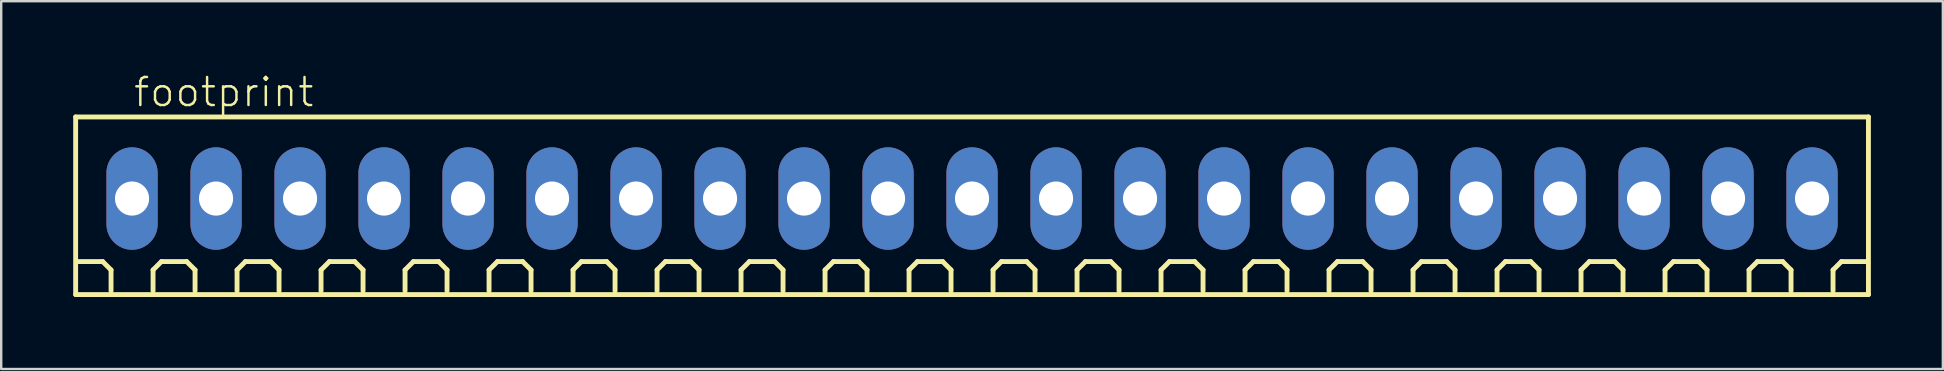
<source format=kicad_pcb>
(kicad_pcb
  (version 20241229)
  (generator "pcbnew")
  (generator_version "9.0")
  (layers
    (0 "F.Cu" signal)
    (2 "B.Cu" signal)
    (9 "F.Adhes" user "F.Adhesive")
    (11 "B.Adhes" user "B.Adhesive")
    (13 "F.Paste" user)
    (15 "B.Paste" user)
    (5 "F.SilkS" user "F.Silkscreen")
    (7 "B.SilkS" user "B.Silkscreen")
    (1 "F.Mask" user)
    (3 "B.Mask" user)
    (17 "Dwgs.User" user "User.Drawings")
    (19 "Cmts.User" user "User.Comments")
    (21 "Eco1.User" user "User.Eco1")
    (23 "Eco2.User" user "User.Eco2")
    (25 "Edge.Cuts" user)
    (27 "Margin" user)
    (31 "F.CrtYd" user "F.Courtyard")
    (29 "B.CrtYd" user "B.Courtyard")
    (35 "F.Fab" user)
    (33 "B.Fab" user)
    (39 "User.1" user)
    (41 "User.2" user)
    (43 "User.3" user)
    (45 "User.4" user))
  (footprint "footprint"
    (layer "F.Cu")
    (at 37.452 5.223)
    (property "Reference" "footprint" (at -35 -3.75 0) (layer "F.SilkS") (effects (font (size 1.168 1.168) (thickness 0.102)) (justify left bottom)))
    (fp_line (start -37.35 -3.4) (end 37.35 -3.4) (stroke (width 0.203) (type solid)) (layer "F.SilkS"))
    (fp_line (start -37.35 4) (end -37.35 -3.4) (stroke (width 0.203) (type solid)) (layer "F.SilkS"))
    (fp_line (start -36.225 2.625) (end -37.275 2.625) (stroke (width 0.203) (type solid)) (layer "F.SilkS"))
    (fp_line (start -35.875 2.975) (end -36.225 2.625) (stroke (width 0.203) (type solid)) (layer "F.SilkS"))
    (fp_line (start -35.875 3.85) (end -35.875 2.975) (stroke (width 0.203) (type solid)) (layer "F.SilkS"))
    (fp_line (start -34.125 2.975) (end -33.775 2.625) (stroke (width 0.203) (type solid)) (layer "F.SilkS"))
    (fp_line (start -34.125 3.85) (end -34.125 2.975) (stroke (width 0.203) (type solid)) (layer "F.SilkS"))
    (fp_line (start -33.775 2.625) (end -32.725 2.625) (stroke (width 0.203) (type solid)) (layer "F.SilkS"))
    (fp_line (start -32.725 2.625) (end -32.375 2.975) (stroke (width 0.203) (type solid)) (layer "F.SilkS"))
    (fp_line (start -32.375 2.975) (end -32.375 3.85) (stroke (width 0.203) (type solid)) (layer "F.SilkS"))
    (fp_line (start -30.625 2.975) (end -30.275 2.625) (stroke (width 0.203) (type solid)) (layer "F.SilkS"))
    (fp_line (start -30.625 3.85) (end -30.625 2.975) (stroke (width 0.203) (type solid)) (layer "F.SilkS"))
    (fp_line (start -30.275 2.625) (end -29.225 2.625) (stroke (width 0.203) (type solid)) (layer "F.SilkS"))
    (fp_line (start -29.225 2.625) (end -28.875 2.975) (stroke (width 0.203) (type solid)) (layer "F.SilkS"))
    (fp_line (start -28.875 2.975) (end -28.875 3.85) (stroke (width 0.203) (type solid)) (layer "F.SilkS"))
    (fp_line (start -27.125 2.975) (end -26.775 2.625) (stroke (width 0.203) (type solid)) (layer "F.SilkS"))
    (fp_line (start -27.125 3.85) (end -27.125 2.975) (stroke (width 0.203) (type solid)) (layer "F.SilkS"))
    (fp_line (start -26.775 2.625) (end -25.725 2.625) (stroke (width 0.203) (type solid)) (layer "F.SilkS"))
    (fp_line (start -25.725 2.625) (end -25.375 2.975) (stroke (width 0.203) (type solid)) (layer "F.SilkS"))
    (fp_line (start -25.375 2.975) (end -25.375 3.85) (stroke (width 0.203) (type solid)) (layer "F.SilkS"))
    (fp_line (start -23.625 2.975) (end -23.275 2.625) (stroke (width 0.203) (type solid)) (layer "F.SilkS"))
    (fp_line (start -23.625 3.85) (end -23.625 2.975) (stroke (width 0.203) (type solid)) (layer "F.SilkS"))
    (fp_line (start -23.275 2.625) (end -22.225 2.625) (stroke (width 0.203) (type solid)) (layer "F.SilkS"))
    (fp_line (start -22.225 2.625) (end -21.875 2.975) (stroke (width 0.203) (type solid)) (layer "F.SilkS"))
    (fp_line (start -21.875 2.975) (end -21.875 3.85) (stroke (width 0.203) (type solid)) (layer "F.SilkS"))
    (fp_line (start -20.125 2.975) (end -19.775 2.625) (stroke (width 0.203) (type solid)) (layer "F.SilkS"))
    (fp_line (start -20.125 3.85) (end -20.125 2.975) (stroke (width 0.203) (type solid)) (layer "F.SilkS"))
    (fp_line (start -19.775 2.625) (end -18.725 2.625) (stroke (width 0.203) (type solid)) (layer "F.SilkS"))
    (fp_line (start -18.725 2.625) (end -18.375 2.975) (stroke (width 0.203) (type solid)) (layer "F.SilkS"))
    (fp_line (start -18.375 2.975) (end -18.375 3.85) (stroke (width 0.203) (type solid)) (layer "F.SilkS"))
    (fp_line (start -16.625 2.975) (end -16.275 2.625) (stroke (width 0.203) (type solid)) (layer "F.SilkS"))
    (fp_line (start -16.625 3.85) (end -16.625 2.975) (stroke (width 0.203) (type solid)) (layer "F.SilkS"))
    (fp_line (start -16.275 2.625) (end -15.225 2.625) (stroke (width 0.203) (type solid)) (layer "F.SilkS"))
    (fp_line (start -15.225 2.625) (end -14.875 2.975) (stroke (width 0.203) (type solid)) (layer "F.SilkS"))
    (fp_line (start -14.875 2.975) (end -14.875 3.85) (stroke (width 0.203) (type solid)) (layer "F.SilkS"))
    (fp_line (start -13.125 2.975) (end -12.775 2.625) (stroke (width 0.203) (type solid)) (layer "F.SilkS"))
    (fp_line (start -13.125 3.85) (end -13.125 2.975) (stroke (width 0.203) (type solid)) (layer "F.SilkS"))
    (fp_line (start -12.775 2.625) (end -11.725 2.625) (stroke (width 0.203) (type solid)) (layer "F.SilkS"))
    (fp_line (start -11.725 2.625) (end -11.375 2.975) (stroke (width 0.203) (type solid)) (layer "F.SilkS"))
    (fp_line (start -11.375 2.975) (end -11.375 3.85) (stroke (width 0.203) (type solid)) (layer "F.SilkS"))
    (fp_line (start -9.625 2.975) (end -9.275 2.625) (stroke (width 0.203) (type solid)) (layer "F.SilkS"))
    (fp_line (start -9.625 3.85) (end -9.625 2.975) (stroke (width 0.203) (type solid)) (layer "F.SilkS"))
    (fp_line (start -9.275 2.625) (end -8.225 2.625) (stroke (width 0.203) (type solid)) (layer "F.SilkS"))
    (fp_line (start -8.225 2.625) (end -7.875 2.975) (stroke (width 0.203) (type solid)) (layer "F.SilkS"))
    (fp_line (start -7.875 2.975) (end -7.875 3.85) (stroke (width 0.203) (type solid)) (layer "F.SilkS"))
    (fp_line (start -6.125 2.975) (end -5.775 2.625) (stroke (width 0.203) (type solid)) (layer "F.SilkS"))
    (fp_line (start -6.125 3.85) (end -6.125 2.975) (stroke (width 0.203) (type solid)) (layer "F.SilkS"))
    (fp_line (start -5.775 2.625) (end -4.725 2.625) (stroke (width 0.203) (type solid)) (layer "F.SilkS"))
    (fp_line (start -4.725 2.625) (end -4.375 2.975) (stroke (width 0.203) (type solid)) (layer "F.SilkS"))
    (fp_line (start -4.375 2.975) (end -4.375 3.85) (stroke (width 0.203) (type solid)) (layer "F.SilkS"))
    (fp_line (start -2.625 2.975) (end -2.275 2.625) (stroke (width 0.203) (type solid)) (layer "F.SilkS"))
    (fp_line (start -2.625 3.85) (end -2.625 2.975) (stroke (width 0.203) (type solid)) (layer "F.SilkS"))
    (fp_line (start -2.275 2.625) (end -1.225 2.625) (stroke (width 0.203) (type solid)) (layer "F.SilkS"))
    (fp_line (start -1.225 2.625) (end -0.875 2.975) (stroke (width 0.203) (type solid)) (layer "F.SilkS"))
    (fp_line (start -0.875 2.975) (end -0.875 3.85) (stroke (width 0.203) (type solid)) (layer "F.SilkS"))
    (fp_line (start 0.875 2.975) (end 1.225 2.625) (stroke (width 0.203) (type solid)) (layer "F.SilkS"))
    (fp_line (start 0.875 3.85) (end 0.875 2.975) (stroke (width 0.203) (type solid)) (layer "F.SilkS"))
    (fp_line (start 1.225 2.625) (end 2.275 2.625) (stroke (width 0.203) (type solid)) (layer "F.SilkS"))
    (fp_line (start 2.275 2.625) (end 2.625 2.975) (stroke (width 0.203) (type solid)) (layer "F.SilkS"))
    (fp_line (start 2.625 2.975) (end 2.625 3.85) (stroke (width 0.203) (type solid)) (layer "F.SilkS"))
    (fp_line (start 4.375 2.975) (end 4.725 2.625) (stroke (width 0.203) (type solid)) (layer "F.SilkS"))
    (fp_line (start 4.375 3.85) (end 4.375 2.975) (stroke (width 0.203) (type solid)) (layer "F.SilkS"))
    (fp_line (start 4.725 2.625) (end 5.775 2.625) (stroke (width 0.203) (type solid)) (layer "F.SilkS"))
    (fp_line (start 5.775 2.625) (end 6.125 2.975) (stroke (width 0.203) (type solid)) (layer "F.SilkS"))
    (fp_line (start 6.125 2.975) (end 6.125 3.85) (stroke (width 0.203) (type solid)) (layer "F.SilkS"))
    (fp_line (start 7.875 2.975) (end 8.225 2.625) (stroke (width 0.203) (type solid)) (layer "F.SilkS"))
    (fp_line (start 7.875 3.85) (end 7.875 2.975) (stroke (width 0.203) (type solid)) (layer "F.SilkS"))
    (fp_line (start 8.225 2.625) (end 9.275 2.625) (stroke (width 0.203) (type solid)) (layer "F.SilkS"))
    (fp_line (start 9.275 2.625) (end 9.625 2.975) (stroke (width 0.203) (type solid)) (layer "F.SilkS"))
    (fp_line (start 9.625 2.975) (end 9.625 3.85) (stroke (width 0.203) (type solid)) (layer "F.SilkS"))
    (fp_line (start 11.375 2.975) (end 11.725 2.625) (stroke (width 0.203) (type solid)) (layer "F.SilkS"))
    (fp_line (start 11.375 3.85) (end 11.375 2.975) (stroke (width 0.203) (type solid)) (layer "F.SilkS"))
    (fp_line (start 11.725 2.625) (end 12.775 2.625) (stroke (width 0.203) (type solid)) (layer "F.SilkS"))
    (fp_line (start 12.775 2.625) (end 13.125 2.975) (stroke (width 0.203) (type solid)) (layer "F.SilkS"))
    (fp_line (start 13.125 2.975) (end 13.125 3.85) (stroke (width 0.203) (type solid)) (layer "F.SilkS"))
    (fp_line (start 14.875 2.975) (end 15.225 2.625) (stroke (width 0.203) (type solid)) (layer "F.SilkS"))
    (fp_line (start 14.875 3.85) (end 14.875 2.975) (stroke (width 0.203) (type solid)) (layer "F.SilkS"))
    (fp_line (start 15.225 2.625) (end 16.275 2.625) (stroke (width 0.203) (type solid)) (layer "F.SilkS"))
    (fp_line (start 16.275 2.625) (end 16.625 2.975) (stroke (width 0.203) (type solid)) (layer "F.SilkS"))
    (fp_line (start 16.625 2.975) (end 16.625 3.85) (stroke (width 0.203) (type solid)) (layer "F.SilkS"))
    (fp_line (start 18.375 2.975) (end 18.725 2.625) (stroke (width 0.203) (type solid)) (layer "F.SilkS"))
    (fp_line (start 18.375 3.85) (end 18.375 2.975) (stroke (width 0.203) (type solid)) (layer "F.SilkS"))
    (fp_line (start 18.725 2.625) (end 19.775 2.625) (stroke (width 0.203) (type solid)) (layer "F.SilkS"))
    (fp_line (start 19.775 2.625) (end 20.125 2.975) (stroke (width 0.203) (type solid)) (layer "F.SilkS"))
    (fp_line (start 20.125 2.975) (end 20.125 3.85) (stroke (width 0.203) (type solid)) (layer "F.SilkS"))
    (fp_line (start 21.875 2.975) (end 22.225 2.625) (stroke (width 0.203) (type solid)) (layer "F.SilkS"))
    (fp_line (start 21.875 3.85) (end 21.875 2.975) (stroke (width 0.203) (type solid)) (layer "F.SilkS"))
    (fp_line (start 22.225 2.625) (end 23.275 2.625) (stroke (width 0.203) (type solid)) (layer "F.SilkS"))
    (fp_line (start 23.275 2.625) (end 23.625 2.975) (stroke (width 0.203) (type solid)) (layer "F.SilkS"))
    (fp_line (start 23.625 2.975) (end 23.625 3.85) (stroke (width 0.203) (type solid)) (layer "F.SilkS"))
    (fp_line (start 25.375 2.975) (end 25.725 2.625) (stroke (width 0.203) (type solid)) (layer "F.SilkS"))
    (fp_line (start 25.375 3.85) (end 25.375 2.975) (stroke (width 0.203) (type solid)) (layer "F.SilkS"))
    (fp_line (start 25.725 2.625) (end 26.775 2.625) (stroke (width 0.203) (type solid)) (layer "F.SilkS"))
    (fp_line (start 26.775 2.625) (end 27.125 2.975) (stroke (width 0.203) (type solid)) (layer "F.SilkS"))
    (fp_line (start 27.125 2.975) (end 27.125 3.85) (stroke (width 0.203) (type solid)) (layer "F.SilkS"))
    (fp_line (start 28.875 2.975) (end 29.225 2.625) (stroke (width 0.203) (type solid)) (layer "F.SilkS"))
    (fp_line (start 28.875 3.85) (end 28.875 2.975) (stroke (width 0.203) (type solid)) (layer "F.SilkS"))
    (fp_line (start 29.225 2.625) (end 30.275 2.625) (stroke (width 0.203) (type solid)) (layer "F.SilkS"))
    (fp_line (start 30.275 2.625) (end 30.625 2.975) (stroke (width 0.203) (type solid)) (layer "F.SilkS"))
    (fp_line (start 30.625 2.975) (end 30.625 3.85) (stroke (width 0.203) (type solid)) (layer "F.SilkS"))
    (fp_line (start 32.375 2.975) (end 32.725 2.625) (stroke (width 0.203) (type solid)) (layer "F.SilkS"))
    (fp_line (start 32.375 3.85) (end 32.375 2.975) (stroke (width 0.203) (type solid)) (layer "F.SilkS"))
    (fp_line (start 32.725 2.625) (end 33.775 2.625) (stroke (width 0.203) (type solid)) (layer "F.SilkS"))
    (fp_line (start 33.775 2.625) (end 34.125 2.975) (stroke (width 0.203) (type solid)) (layer "F.SilkS"))
    (fp_line (start 34.125 2.975) (end 34.125 3.85) (stroke (width 0.203) (type solid)) (layer "F.SilkS"))
    (fp_line (start 35.875 2.975) (end 36.225 2.625) (stroke (width 0.203) (type solid)) (layer "F.SilkS"))
    (fp_line (start 35.875 3.85) (end 35.875 2.975) (stroke (width 0.203) (type solid)) (layer "F.SilkS"))
    (fp_line (start 36.225 2.625) (end 37.275 2.625) (stroke (width 0.203) (type solid)) (layer "F.SilkS"))
    (fp_line (start 37.35 -3.4) (end 37.35 4) (stroke (width 0.203) (type solid)) (layer "F.SilkS"))
    (fp_line (start 37.35 4) (end -37.35 4) (stroke (width 0.203) (type solid)) (layer "F.SilkS"))
    (pad "1" thru_hole oval (at -35 0 90) (size 4.267 2.134) (drill 1.422) (layers "*.Cu" "*.Mask"))
    (pad "2" thru_hole oval (at -31.5 0 90) (size 4.267 2.134) (drill 1.422) (layers "*.Cu" "*.Mask"))
    (pad "3" thru_hole oval (at -28 0 90) (size 4.267 2.134) (drill 1.422) (layers "*.Cu" "*.Mask"))
    (pad "4" thru_hole oval (at -24.5 0 90) (size 4.267 2.134) (drill 1.422) (layers "*.Cu" "*.Mask"))
    (pad "5" thru_hole oval (at -21 0 90) (size 4.267 2.134) (drill 1.422) (layers "*.Cu" "*.Mask"))
    (pad "6" thru_hole oval (at -17.5 0 90) (size 4.267 2.134) (drill 1.422) (layers "*.Cu" "*.Mask"))
    (pad "7" thru_hole oval (at -14 0 90) (size 4.267 2.134) (drill 1.422) (layers "*.Cu" "*.Mask"))
    (pad "8" thru_hole oval (at -10.5 0 90) (size 4.267 2.134) (drill 1.422) (layers "*.Cu" "*.Mask"))
    (pad "9" thru_hole oval (at -7 0 90) (size 4.267 2.134) (drill 1.422) (layers "*.Cu" "*.Mask"))
    (pad "10" thru_hole oval (at -3.5 0 90) (size 4.267 2.134) (drill 1.422) (layers "*.Cu" "*.Mask"))
    (pad "11" thru_hole oval (at 0 0 90) (size 4.267 2.134) (drill 1.422) (layers "*.Cu" "*.Mask"))
    (pad "12" thru_hole oval (at 3.5 0 90) (size 4.267 2.134) (drill 1.422) (layers "*.Cu" "*.Mask"))
    (pad "13" thru_hole oval (at 7 0 90) (size 4.267 2.134) (drill 1.422) (layers "*.Cu" "*.Mask"))
    (pad "14" thru_hole oval (at 10.5 0 90) (size 4.267 2.134) (drill 1.422) (layers "*.Cu" "*.Mask"))
    (pad "15" thru_hole oval (at 14 0 90) (size 4.267 2.134) (drill 1.422) (layers "*.Cu" "*.Mask"))
    (pad "16" thru_hole oval (at 17.5 0 90) (size 4.267 2.134) (drill 1.422) (layers "*.Cu" "*.Mask"))
    (pad "17" thru_hole oval (at 21 0 90) (size 4.267 2.134) (drill 1.422) (layers "*.Cu" "*.Mask"))
    (pad "18" thru_hole oval (at 24.5 0 90) (size 4.267 2.134) (drill 1.422) (layers "*.Cu" "*.Mask"))
    (pad "19" thru_hole oval (at 28 0 90) (size 4.267 2.134) (drill 1.422) (layers "*.Cu" "*.Mask"))
    (pad "20" thru_hole oval (at 31.5 0 90) (size 4.267 2.134) (drill 1.422) (layers "*.Cu" "*.Mask"))
    (pad "21" thru_hole oval (at 35 0 90) (size 4.267 2.134) (drill 1.422) (layers "*.Cu" "*.Mask")))
  (gr_rect
    (start -3 -3)
    (end 77.903 12.325)
    (stroke (width 0.1) (type default))
    (fill no)
    (layer "Edge.Cuts")))
</source>
